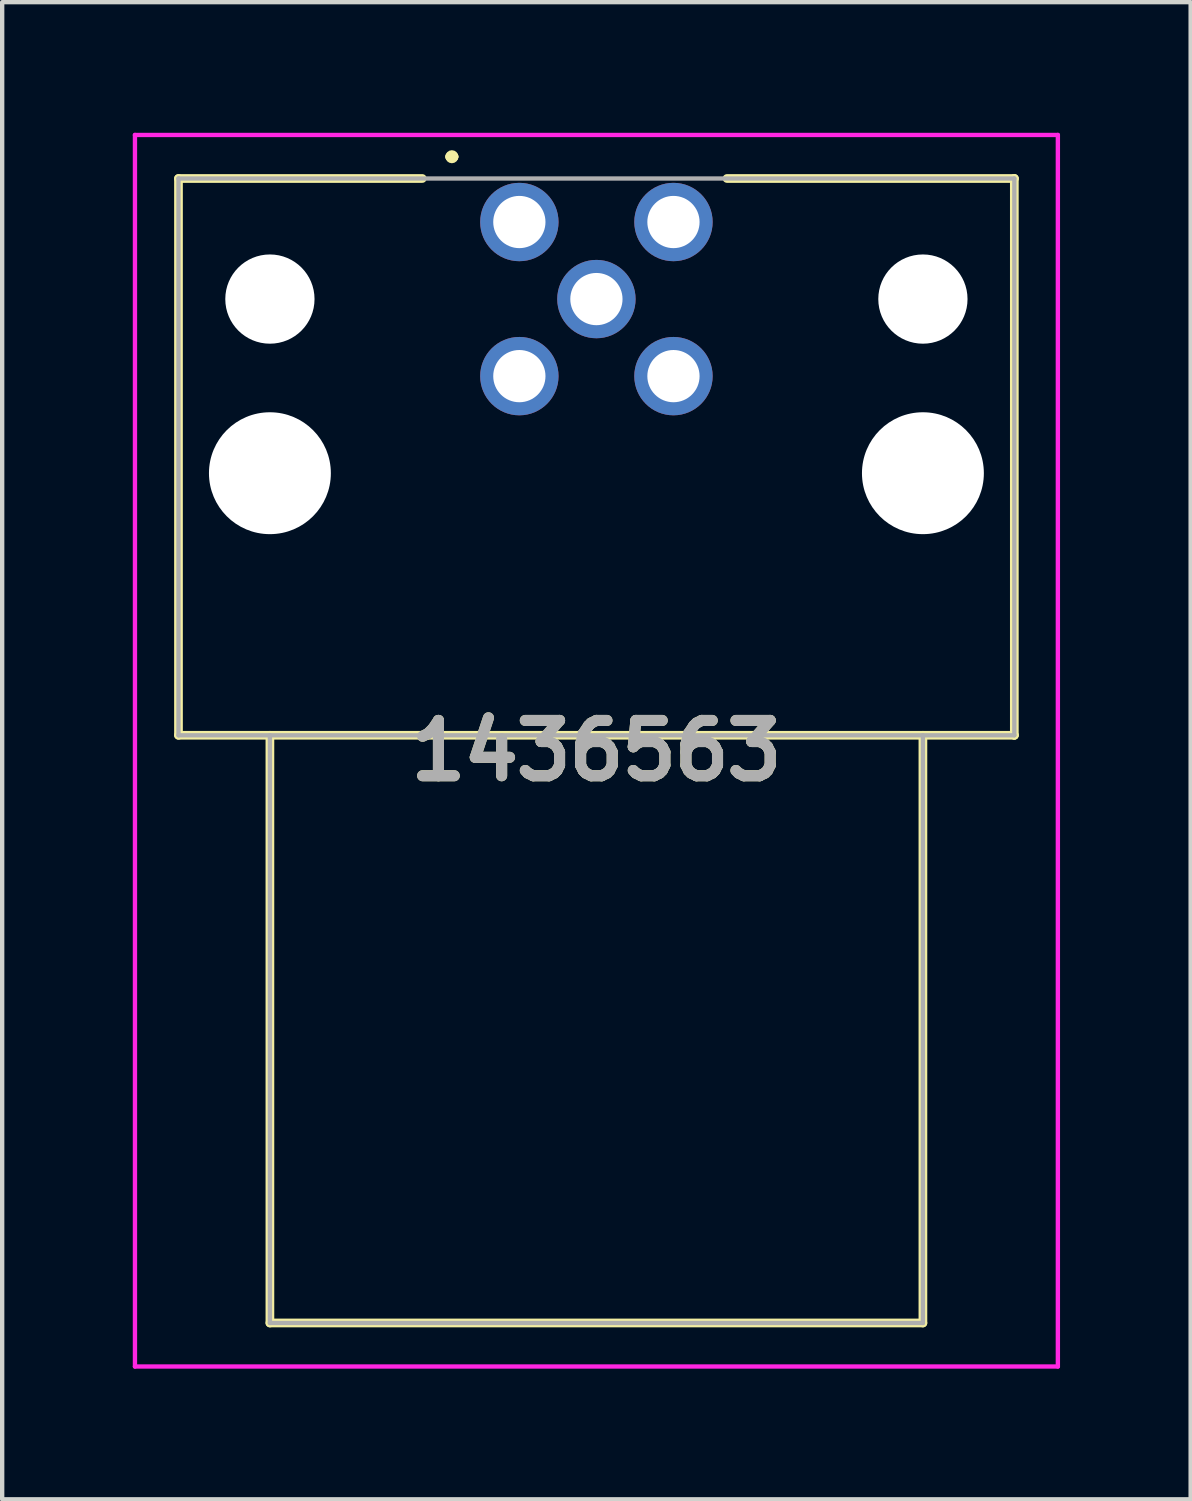
<source format=kicad_pcb>
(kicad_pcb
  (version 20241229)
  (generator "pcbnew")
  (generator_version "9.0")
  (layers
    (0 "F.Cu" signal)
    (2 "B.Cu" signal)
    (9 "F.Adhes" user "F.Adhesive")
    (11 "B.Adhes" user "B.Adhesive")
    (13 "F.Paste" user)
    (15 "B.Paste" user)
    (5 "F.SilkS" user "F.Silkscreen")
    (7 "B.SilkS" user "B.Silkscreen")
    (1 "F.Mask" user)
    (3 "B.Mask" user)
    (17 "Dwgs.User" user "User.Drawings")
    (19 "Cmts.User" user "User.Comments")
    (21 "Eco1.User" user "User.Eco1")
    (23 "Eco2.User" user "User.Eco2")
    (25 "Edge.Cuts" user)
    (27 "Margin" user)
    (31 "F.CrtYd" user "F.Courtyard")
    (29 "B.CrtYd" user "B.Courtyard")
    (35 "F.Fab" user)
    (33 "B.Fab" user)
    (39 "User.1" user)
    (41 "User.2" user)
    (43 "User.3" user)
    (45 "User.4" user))
  (footprint "1436563"
    (layer "F.Cu")
    (at 8.88 2.05)
    (property "Reference" "1436563" (at 1.77 12.145 0) (layer "F.SilkS") (effects (font (size 1.27 1.27) (thickness 0.254))))
    (attr through_hole)
    (fp_line (start -7.83 -1) (end -7.83 11.79) (stroke (width 0.2) (type solid)) (layer "F.SilkS"))
    (fp_line (start -7.83 11.79) (end 11.37 11.79) (stroke (width 0.2) (type solid)) (layer "F.SilkS"))
    (fp_line (start -5.73 11.79) (end -5.73 25.29) (stroke (width 0.2) (type solid)) (layer "F.SilkS"))
    (fp_line (start -5.73 25.29) (end 9.27 25.29) (stroke (width 0.2) (type solid)) (layer "F.SilkS"))
    (fp_line (start -2.23 -1) (end -7.83 -1) (stroke (width 0.2) (type solid)) (layer "F.SilkS"))
    (fp_line (start -1.6 -1.5) (end -1.6 -1.5) (stroke (width 0.2) (type solid)) (layer "F.SilkS"))
    (fp_line (start -1.5 -1.5) (end -1.5 -1.5) (stroke (width 0.2) (type solid)) (layer "F.SilkS"))
    (fp_line (start 9.27 25.29) (end 9.27 11.79) (stroke (width 0.2) (type solid)) (layer "F.SilkS"))
    (fp_line (start 11.37 -1) (end 4.77 -1) (stroke (width 0.2) (type solid)) (layer "F.SilkS"))
    (fp_line (start 11.37 -1) (end 11.37 -1) (stroke (width 0.2) (type solid)) (layer "F.SilkS"))
    (fp_line (start 11.37 11.79) (end 11.37 -1) (stroke (width 0.2) (type solid)) (layer "F.SilkS"))
    (fp_line (start 11.37 11.79) (end 11.37 11.79) (stroke (width 0.2) (type solid)) (layer "F.SilkS"))
    (fp_arc (start -1.6 -1.5) (mid -1.55 -1.55) (end -1.5 -1.5) (stroke (width 0.2) (type solid)) (layer "F.SilkS"))
    (fp_arc (start -1.5 -1.5) (mid -1.55 -1.45) (end -1.6 -1.5) (stroke (width 0.2) (type solid)) (layer "F.SilkS"))
    (fp_line (start -8.83 -2) (end 12.37 -2) (stroke (width 0.1) (type solid)) (layer "F.CrtYd"))
    (fp_line (start -8.83 26.29) (end -8.83 -2) (stroke (width 0.1) (type solid)) (layer "F.CrtYd"))
    (fp_line (start 12.37 -2) (end 12.37 26.29) (stroke (width 0.1) (type solid)) (layer "F.CrtYd"))
    (fp_line (start 12.37 26.29) (end -8.83 26.29) (stroke (width 0.1) (type solid)) (layer "F.CrtYd"))
    (fp_line (start -7.83 -1) (end 11.37 -1) (stroke (width 0.1) (type solid)) (layer "F.Fab"))
    (fp_line (start -7.83 11.79) (end -7.83 -1) (stroke (width 0.1) (type solid)) (layer "F.Fab"))
    (fp_line (start -5.73 11.79) (end -5.73 25.29) (stroke (width 0.1) (type solid)) (layer "F.Fab"))
    (fp_line (start -5.73 25.29) (end 9.27 25.29) (stroke (width 0.1) (type solid)) (layer "F.Fab"))
    (fp_line (start 9.27 25.29) (end 9.27 11.79) (stroke (width 0.1) (type solid)) (layer "F.Fab"))
    (fp_line (start 11.37 -1) (end 11.37 11.79) (stroke (width 0.1) (type solid)) (layer "F.Fab"))
    (fp_line (start 11.37 11.79) (end -7.83 11.79) (stroke (width 0.1) (type solid)) (layer "F.Fab"))
    (fp_text user "${REFERENCE}" (at 1.77 12.145 0) (layer "F.Fab") (effects (font (size 1.27 1.27) (thickness 0.254))))
    (pad "" np_thru_hole circle (at -5.73 1.77) (size 2.05 2.05) (drill 2.05) (layers "*.Cu" "*.Mask"))
    (pad "" np_thru_hole circle (at -5.73 5.77) (size 2.8 2.8) (drill 2.8) (layers "*.Cu" "*.Mask"))
    (pad "" np_thru_hole circle (at 9.27 1.77) (size 2.05 2.05) (drill 2.05) (layers "*.Cu" "*.Mask"))
    (pad "" np_thru_hole circle (at 9.27 5.77) (size 2.8 2.8) (drill 2.8) (layers "*.Cu" "*.Mask"))
    (pad "1" thru_hole circle (at 0 0) (size 1.8 1.8) (drill 1.2) (layers "*.Cu" "*.Mask"))
    (pad "2" thru_hole circle (at 3.54 0) (size 1.8 1.8) (drill 1.2) (layers "*.Cu" "*.Mask"))
    (pad "3" thru_hole circle (at 3.54 3.54) (size 1.8 1.8) (drill 1.2) (layers "*.Cu" "*.Mask"))
    (pad "4" thru_hole circle (at 0 3.54) (size 1.8 1.8) (drill 1.2) (layers "*.Cu" "*.Mask"))
    (pad "5" thru_hole circle (at 1.77 1.77) (size 1.8 1.8) (drill 1.2) (layers "*.Cu" "*.Mask")))
  (gr_rect
    (start -3 -3)
    (end 24.3 31.39)
    (stroke (width 0.1) (type default))
    (fill no)
    (layer "Edge.Cuts")))
</source>
